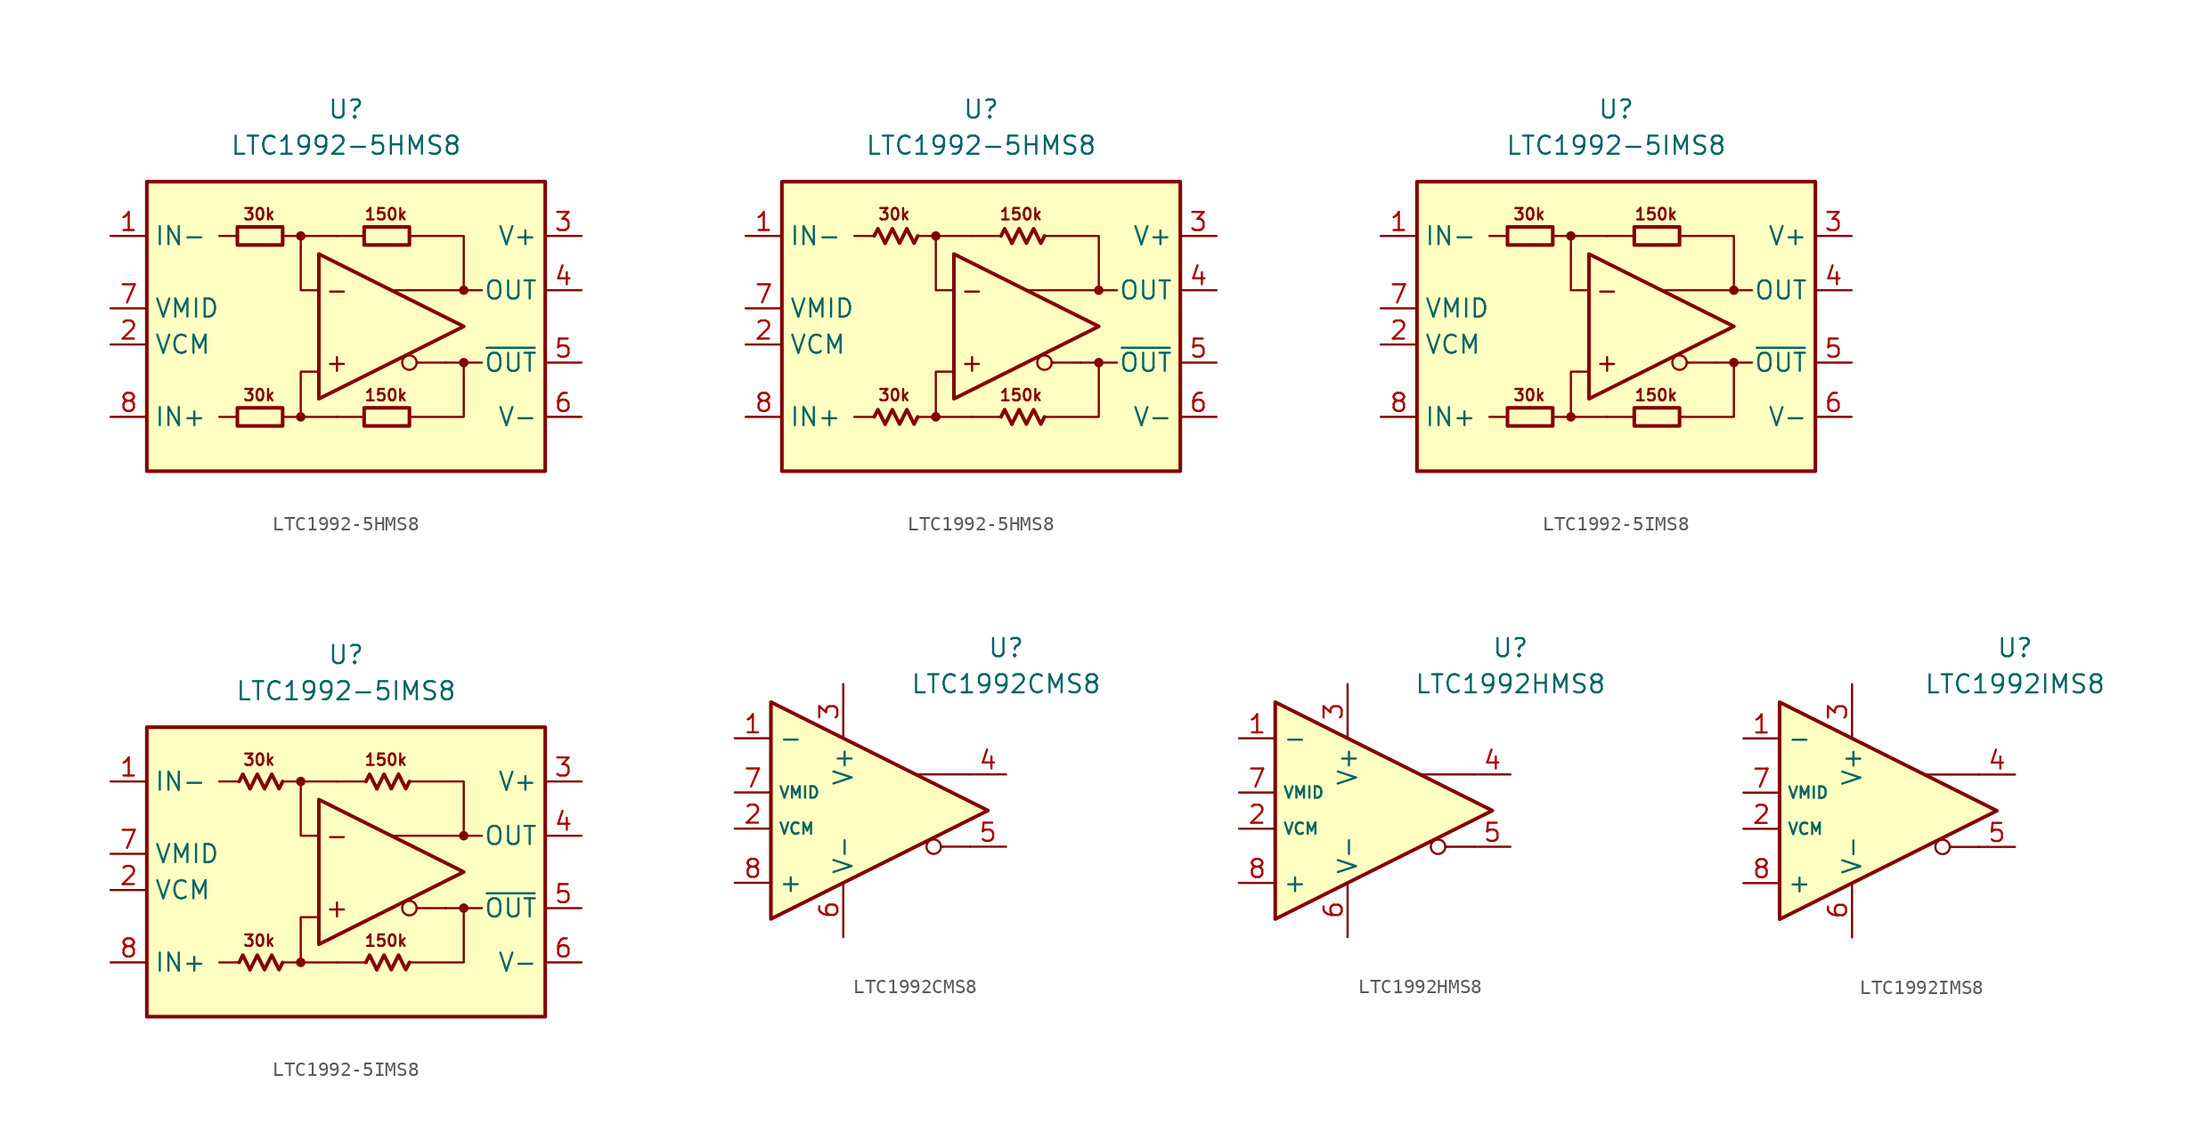
<source format=kicad_sym>
(kicad_symbol_lib
  (version 20231120)
  (generator "kicad_symbol_editor")
  (generator_version "8.0")
  (symbol "LTC1992-5HMS8"
    (property "Reference" "U"
      (at 0 15.24 0)
      (effects (font (size 1.27 1.27))))
    (property "Value" "LTC1992-5HMS8"
      (at 0 12.7 0)
      (effects (font (size 1.27 1.27))))
    (symbol "LTC1992-5HMS8_0_0"
      (rectangle (start -13.97 10.16) (end 13.97 -10.16) (stroke (width 0.254) (type default)) (fill (type background)))
      (circle (center -3.175 -6.35) (radius 0.254) (stroke (width 0.152) (type default)) (fill (type outline)))
      (circle (center -3.175 6.35) (radius 0.254) (stroke (width 0.152) (type default)) (fill (type outline)))
      (polyline (pts (xy -7.62 -6.35) (xy -8.89 -6.35)) (stroke (width 0.152) (type default)) (fill (type none)))
      (polyline (pts (xy -7.62 6.35) (xy -8.89 6.35)) (stroke (width 0.152) (type default)) (fill (type none)))
      (polyline (pts (xy -3.175 6.35) (xy -0.635 6.35)) (stroke (width 0.152) (type default)) (fill (type none)))
      (polyline (pts (xy -0.635 -6.35) (xy -3.175 -6.35)) (stroke (width 0.152) (type default)) (fill (type none)))
      (polyline (pts (xy 1.27 -6.35) (xy -0.635 -6.35)) (stroke (width 0.152) (type default)) (fill (type none)))
      (polyline (pts (xy 1.27 6.35) (xy -0.635 6.35)) (stroke (width 0.152) (type default)) (fill (type none)))
      (polyline (pts (xy 5.08 -2.54) (xy 4.953 -2.54)) (stroke (width 0.152) (type default)) (fill (type none)))
      (polyline (pts (xy 6.985 -2.54) (xy 5.08 -2.54)) (stroke (width 0.152) (type default)) (fill (type none)))
      (polyline (pts (xy 8.255 -2.54) (xy 9.525 -2.54)) (stroke (width 0.152) (type default)) (fill (type none)))
      (polyline (pts (xy 8.255 2.54) (xy 9.525 2.54)) (stroke (width 0.152) (type default)) (fill (type none)))
      (polyline (pts (xy -4.445 -6.35) (xy -3.175 -6.35) (xy -3.175 -3.175) (xy -1.905 -3.175)) (stroke (width 0.152) (type default)) (fill (type none)))
      (polyline (pts (xy -1.905 2.54) (xy -3.175 2.54) (xy -3.175 6.35) (xy -4.445 6.35)) (stroke (width 0.152) (type default)) (fill (type none)))
      (polyline (pts (xy 4.445 6.35) (xy 8.255 6.35) (xy 8.255 2.54) (xy 3.175 2.54)) (stroke (width 0.152) (type default)) (fill (type none)))
      (polyline (pts (xy 6.985 -2.54) (xy 8.255 -2.54) (xy 8.255 -6.35) (xy 4.445 -6.35)) (stroke (width 0.152) (type default)) (fill (type none)))
      (circle (center 4.445 -2.54) (radius 0.508) (stroke (width 0.152) (type default)) (fill (type none)))
      (circle (center 8.255 -2.54) (radius 0.254) (stroke (width 0.152) (type default)) (fill (type outline)))
      (circle (center 8.255 2.54) (radius 0.254) (stroke (width 0.152) (type default)) (fill (type outline)))
      (text "+" (at -0.635 -2.54 0) (effects (font (size 1.27 1.27))))
      (text "-" (at -0.635 2.54 0) (effects (font (size 1.27 1.27)))))
    (symbol "LTC1992-5HMS8_0_1"
      (rectangle (start -7.62 -5.715) (end -4.445 -6.985) (stroke (width 0.254) (type default)) (fill (type none)))
      (rectangle (start -7.62 6.985) (end -4.445 5.715) (stroke (width 0.254) (type default)) (fill (type none)))
      (rectangle (start 1.27 -5.715) (end 4.445 -6.985) (stroke (width 0.254) (type default)) (fill (type none)))
      (rectangle (start 1.27 6.985) (end 4.445 5.715) (stroke (width 0.254) (type default)) (fill (type none))))
    (symbol "LTC1992-5HMS8_0_2"
      (polyline (pts (xy -6.731 -6.858) (xy -7.239 -5.842) (xy -7.493 -6.35)) (stroke (width 0.254) (type default)) (fill (type none)))
      (polyline (pts (xy -6.731 5.842) (xy -7.239 6.858) (xy -7.493 6.35)) (stroke (width 0.254) (type default)) (fill (type none)))
      (polyline (pts (xy 2.159 -6.858) (xy 1.651 -5.842) (xy 1.397 -6.35)) (stroke (width 0.254) (type default)) (fill (type none)))
      (polyline (pts (xy 2.159 5.842) (xy 1.651 6.858) (xy 1.397 6.35)) (stroke (width 0.254) (type default)) (fill (type none)))
      (polyline (pts (xy -4.445 -6.35) (xy -4.699 -6.858) (xy -5.207 -5.842) (xy -5.715 -6.858) (xy -6.223 -5.842) (xy -6.731 -6.858)) (stroke (width 0.254) (type default)) (fill (type none)))
      (polyline (pts (xy -4.445 6.35) (xy -4.699 5.842) (xy -5.207 6.858) (xy -5.715 5.842) (xy -6.223 6.858) (xy -6.731 5.842)) (stroke (width 0.254) (type default)) (fill (type none)))
      (polyline (pts (xy 4.445 -6.35) (xy 4.191 -6.858) (xy 3.683 -5.842) (xy 3.175 -6.858) (xy 2.667 -5.842) (xy 2.159 -6.858)) (stroke (width 0.254) (type default)) (fill (type none)))
      (polyline (pts (xy 4.445 6.35) (xy 4.191 5.842) (xy 3.683 6.858) (xy 3.175 5.842) (xy 2.667 6.858) (xy 2.159 5.842)) (stroke (width 0.254) (type default)) (fill (type none))))
    (symbol "LTC1992-5HMS8_1_0"
      (polyline (pts (xy -1.905 5.08) (xy -1.905 -5.08) (xy 8.255 0) (xy -1.905 5.08)) (stroke (width 0.254) (type default)) (fill (type none)))
      (text "150k" (at 2.794 -4.826 0) (effects (font (size 0.8 0.8))))
      (text "150k" (at 2.794 7.874 0) (effects (font (size 0.8 0.8))))
      (text "30k" (at -6.096 -4.826 0) (effects (font (size 0.8 0.8))))
      (text "30k" (at -6.096 7.874 0) (effects (font (size 0.8 0.8)))))
    (symbol "LTC1992-5HMS8_1_1"
      (pin input line (at -16.51 6.35 0) (length 2.54) (name "IN-" (effects (font (size 1.27 1.27)))) (number "1" (effects (font (size 1.27 1.27)))))
      (pin input line (at -16.51 -1.27 0) (length 2.54) (name "VCM" (effects (font (size 1.27 1.27)))) (number "2" (effects (font (size 1.27 1.27)))))
      (pin power_in line (at 16.51 6.35 180) (length 2.54) (name "V+" (effects (font (size 1.27 1.27)))) (number "3" (effects (font (size 1.27 1.27)))))
      (pin output line (at 16.51 2.54 180) (length 2.54) (name "OUT" (effects (font (size 1.27 1.27)))) (number "4" (effects (font (size 1.27 1.27)))))
      (pin output line (at 16.51 -2.54 180) (length 2.54) (name "~{OUT}" (effects (font (size 1.27 1.27)))) (number "5" (effects (font (size 1.27 1.27)))))
      (pin power_in line (at 16.51 -6.35 180) (length 2.54) (name "V-" (effects (font (size 1.27 1.27)))) (number "6" (effects (font (size 1.27 1.27)))))
      (pin output line (at -16.51 1.27 0) (length 2.54) (name "VMID" (effects (font (size 1.27 1.27)))) (number "7" (effects (font (size 1.27 1.27)))))
      (pin input line (at -16.51 -6.35 0) (length 2.54) (name "IN+" (effects (font (size 1.27 1.27)))) (number "8" (effects (font (size 1.27 1.27))))))
    (symbol "LTC1992-5HMS8_1_2"
      (pin input line (at -16.51 6.35 0) (length 2.54) (name "IN-" (effects (font (size 1.27 1.27)))) (number "1" (effects (font (size 1.27 1.27)))))
      (pin input line (at -16.51 -1.27 0) (length 2.54) (name "VCM" (effects (font (size 1.27 1.27)))) (number "2" (effects (font (size 1.27 1.27)))))
      (pin power_in line (at 16.51 6.35 180) (length 2.54) (name "V+" (effects (font (size 1.27 1.27)))) (number "3" (effects (font (size 1.27 1.27)))))
      (pin output line (at 16.51 2.54 180) (length 2.54) (name "OUT" (effects (font (size 1.27 1.27)))) (number "4" (effects (font (size 1.27 1.27)))))
      (pin output line (at 16.51 -2.54 180) (length 2.54) (name "~{OUT}" (effects (font (size 1.27 1.27)))) (number "5" (effects (font (size 1.27 1.27)))))
      (pin power_in line (at 16.51 -6.35 180) (length 2.54) (name "V-" (effects (font (size 1.27 1.27)))) (number "6" (effects (font (size 1.27 1.27)))))
      (pin output line (at -16.51 1.27 0) (length 2.54) (name "VMID" (effects (font (size 1.27 1.27)))) (number "7" (effects (font (size 1.27 1.27)))))
      (pin input line (at -16.51 -6.35 0) (length 2.54) (name "IN+" (effects (font (size 1.27 1.27)))) (number "8" (effects (font (size 1.27 1.27)))))))
  (symbol "LTC1992-5IMS8"
    (property "Reference" "U"
      (at 0 15.24 0)
      (effects (font (size 1.27 1.27))))
    (property "Value" "LTC1992-5IMS8"
      (at 0 12.7 0)
      (effects (font (size 1.27 1.27))))
    (symbol "LTC1992-5IMS8_0_0"
      (rectangle (start -13.97 10.16) (end 13.97 -10.16) (stroke (width 0.254) (type default)) (fill (type background)))
      (circle (center -3.175 -6.35) (radius 0.254) (stroke (width 0.152) (type default)) (fill (type outline)))
      (circle (center -3.175 6.35) (radius 0.254) (stroke (width 0.152) (type default)) (fill (type outline)))
      (polyline (pts (xy -7.62 -6.35) (xy -8.89 -6.35)) (stroke (width 0.152) (type default)) (fill (type none)))
      (polyline (pts (xy -7.62 6.35) (xy -8.89 6.35)) (stroke (width 0.152) (type default)) (fill (type none)))
      (polyline (pts (xy -3.175 6.35) (xy -0.635 6.35)) (stroke (width 0.152) (type default)) (fill (type none)))
      (polyline (pts (xy -0.635 -6.35) (xy -3.175 -6.35)) (stroke (width 0.152) (type default)) (fill (type none)))
      (polyline (pts (xy 1.27 -6.35) (xy -0.635 -6.35)) (stroke (width 0.152) (type default)) (fill (type none)))
      (polyline (pts (xy 1.27 6.35) (xy -0.635 6.35)) (stroke (width 0.152) (type default)) (fill (type none)))
      (polyline (pts (xy 5.08 -2.54) (xy 4.953 -2.54)) (stroke (width 0.152) (type default)) (fill (type none)))
      (polyline (pts (xy 6.985 -2.54) (xy 5.08 -2.54)) (stroke (width 0.152) (type default)) (fill (type none)))
      (polyline (pts (xy 8.255 -2.54) (xy 9.525 -2.54)) (stroke (width 0.152) (type default)) (fill (type none)))
      (polyline (pts (xy 8.255 2.54) (xy 9.525 2.54)) (stroke (width 0.152) (type default)) (fill (type none)))
      (polyline (pts (xy -4.445 -6.35) (xy -3.175 -6.35) (xy -3.175 -3.175) (xy -1.905 -3.175)) (stroke (width 0.152) (type default)) (fill (type none)))
      (polyline (pts (xy -1.905 2.54) (xy -3.175 2.54) (xy -3.175 6.35) (xy -4.445 6.35)) (stroke (width 0.152) (type default)) (fill (type none)))
      (polyline (pts (xy 4.445 6.35) (xy 8.255 6.35) (xy 8.255 2.54) (xy 3.175 2.54)) (stroke (width 0.152) (type default)) (fill (type none)))
      (polyline (pts (xy 6.985 -2.54) (xy 8.255 -2.54) (xy 8.255 -6.35) (xy 4.445 -6.35)) (stroke (width 0.152) (type default)) (fill (type none)))
      (circle (center 4.445 -2.54) (radius 0.508) (stroke (width 0.152) (type default)) (fill (type none)))
      (circle (center 8.255 -2.54) (radius 0.254) (stroke (width 0.152) (type default)) (fill (type outline)))
      (circle (center 8.255 2.54) (radius 0.254) (stroke (width 0.152) (type default)) (fill (type outline)))
      (text "+" (at -0.635 -2.54 0) (effects (font (size 1.27 1.27))))
      (text "-" (at -0.635 2.54 0) (effects (font (size 1.27 1.27)))))
    (symbol "LTC1992-5IMS8_0_1"
      (rectangle (start -7.62 -5.715) (end -4.445 -6.985) (stroke (width 0.254) (type default)) (fill (type none)))
      (rectangle (start -7.62 6.985) (end -4.445 5.715) (stroke (width 0.254) (type default)) (fill (type none)))
      (rectangle (start 1.27 -5.715) (end 4.445 -6.985) (stroke (width 0.254) (type default)) (fill (type none)))
      (rectangle (start 1.27 6.985) (end 4.445 5.715) (stroke (width 0.254) (type default)) (fill (type none))))
    (symbol "LTC1992-5IMS8_0_2"
      (polyline (pts (xy -6.731 -6.858) (xy -7.239 -5.842) (xy -7.493 -6.35)) (stroke (width 0.254) (type default)) (fill (type none)))
      (polyline (pts (xy -6.731 5.842) (xy -7.239 6.858) (xy -7.493 6.35)) (stroke (width 0.254) (type default)) (fill (type none)))
      (polyline (pts (xy 2.159 -6.858) (xy 1.651 -5.842) (xy 1.397 -6.35)) (stroke (width 0.254) (type default)) (fill (type none)))
      (polyline (pts (xy 2.159 5.842) (xy 1.651 6.858) (xy 1.397 6.35)) (stroke (width 0.254) (type default)) (fill (type none)))
      (polyline (pts (xy -4.445 -6.35) (xy -4.699 -6.858) (xy -5.207 -5.842) (xy -5.715 -6.858) (xy -6.223 -5.842) (xy -6.731 -6.858)) (stroke (width 0.254) (type default)) (fill (type none)))
      (polyline (pts (xy -4.445 6.35) (xy -4.699 5.842) (xy -5.207 6.858) (xy -5.715 5.842) (xy -6.223 6.858) (xy -6.731 5.842)) (stroke (width 0.254) (type default)) (fill (type none)))
      (polyline (pts (xy 4.445 -6.35) (xy 4.191 -6.858) (xy 3.683 -5.842) (xy 3.175 -6.858) (xy 2.667 -5.842) (xy 2.159 -6.858)) (stroke (width 0.254) (type default)) (fill (type none)))
      (polyline (pts (xy 4.445 6.35) (xy 4.191 5.842) (xy 3.683 6.858) (xy 3.175 5.842) (xy 2.667 6.858) (xy 2.159 5.842)) (stroke (width 0.254) (type default)) (fill (type none))))
    (symbol "LTC1992-5IMS8_1_0"
      (polyline (pts (xy -1.905 5.08) (xy -1.905 -5.08) (xy 8.255 0) (xy -1.905 5.08)) (stroke (width 0.254) (type default)) (fill (type none)))
      (text "150k" (at 2.794 -4.826 0) (effects (font (size 0.8 0.8))))
      (text "150k" (at 2.794 7.874 0) (effects (font (size 0.8 0.8))))
      (text "30k" (at -6.096 -4.826 0) (effects (font (size 0.8 0.8))))
      (text "30k" (at -6.096 7.874 0) (effects (font (size 0.8 0.8)))))
    (symbol "LTC1992-5IMS8_1_1"
      (pin input line (at -16.51 6.35 0) (length 2.54) (name "IN-" (effects (font (size 1.27 1.27)))) (number "1" (effects (font (size 1.27 1.27)))))
      (pin input line (at -16.51 -1.27 0) (length 2.54) (name "VCM" (effects (font (size 1.27 1.27)))) (number "2" (effects (font (size 1.27 1.27)))))
      (pin power_in line (at 16.51 6.35 180) (length 2.54) (name "V+" (effects (font (size 1.27 1.27)))) (number "3" (effects (font (size 1.27 1.27)))))
      (pin output line (at 16.51 2.54 180) (length 2.54) (name "OUT" (effects (font (size 1.27 1.27)))) (number "4" (effects (font (size 1.27 1.27)))))
      (pin output line (at 16.51 -2.54 180) (length 2.54) (name "~{OUT}" (effects (font (size 1.27 1.27)))) (number "5" (effects (font (size 1.27 1.27)))))
      (pin power_in line (at 16.51 -6.35 180) (length 2.54) (name "V-" (effects (font (size 1.27 1.27)))) (number "6" (effects (font (size 1.27 1.27)))))
      (pin output line (at -16.51 1.27 0) (length 2.54) (name "VMID" (effects (font (size 1.27 1.27)))) (number "7" (effects (font (size 1.27 1.27)))))
      (pin input line (at -16.51 -6.35 0) (length 2.54) (name "IN+" (effects (font (size 1.27 1.27)))) (number "8" (effects (font (size 1.27 1.27))))))
    (symbol "LTC1992-5IMS8_1_2"
      (pin input line (at -16.51 6.35 0) (length 2.54) (name "IN-" (effects (font (size 1.27 1.27)))) (number "1" (effects (font (size 1.27 1.27)))))
      (pin input line (at -16.51 -1.27 0) (length 2.54) (name "VCM" (effects (font (size 1.27 1.27)))) (number "2" (effects (font (size 1.27 1.27)))))
      (pin power_in line (at 16.51 6.35 180) (length 2.54) (name "V+" (effects (font (size 1.27 1.27)))) (number "3" (effects (font (size 1.27 1.27)))))
      (pin output line (at 16.51 2.54 180) (length 2.54) (name "OUT" (effects (font (size 1.27 1.27)))) (number "4" (effects (font (size 1.27 1.27)))))
      (pin output line (at 16.51 -2.54 180) (length 2.54) (name "~{OUT}" (effects (font (size 1.27 1.27)))) (number "5" (effects (font (size 1.27 1.27)))))
      (pin power_in line (at 16.51 -6.35 180) (length 2.54) (name "V-" (effects (font (size 1.27 1.27)))) (number "6" (effects (font (size 1.27 1.27)))))
      (pin output line (at -16.51 1.27 0) (length 2.54) (name "VMID" (effects (font (size 1.27 1.27)))) (number "7" (effects (font (size 1.27 1.27)))))
      (pin input line (at -16.51 -6.35 0) (length 2.54) (name "IN+" (effects (font (size 1.27 1.27)))) (number "8" (effects (font (size 1.27 1.27)))))))
  (symbol "LTC1992CMS8"
    (property "Reference" "U"
      (at 8.89 11.43 0)
      (effects (font (size 1.27 1.27))))
    (property "Value" "LTC1992CMS8"
      (at 8.89 8.89 0)
      (effects (font (size 1.27 1.27))))
    (symbol "LTC1992CMS8_0_0"
      (polyline (pts (xy 4.445 -2.54) (xy 4.318 -2.54)) (stroke (width 0.152) (type default)) (fill (type none)))
      (polyline (pts (xy 6.35 -2.54) (xy 4.445 -2.54)) (stroke (width 0.152) (type default)) (fill (type none)))
      (polyline (pts (xy 6.35 2.54) (xy 2.54 2.54)) (stroke (width 0.152) (type default)) (fill (type none)))
      (circle (center 3.81 -2.54) (radius 0.508) (stroke (width 0.152) (type default)) (fill (type none))))
    (symbol "LTC1992CMS8_0_1"
      (polyline (pts (xy -7.62 7.62) (xy -7.62 -7.62) (xy 7.62 0) (xy -7.62 7.62)) (stroke (width 0.254) (type default)) (fill (type background))))
    (symbol "LTC1992CMS8_1_1"
      (pin input line (at -10.16 5.08 0) (length 2.54) (name "-" (effects (font (size 1.27 1.27)))) (number "1" (effects (font (size 1.27 1.27)))))
      (pin input line (at -10.16 -1.27 0) (length 2.54) (name "VCM" (effects (font (size 0.8 0.8)))) (number "2" (effects (font (size 1.27 1.27)))))
      (pin power_in line (at -2.54 8.89 270) (length 3.84) (name "V+" (effects (font (size 1.27 1.27)))) (number "3" (effects (font (size 1.27 1.27)))))
      (pin output line (at 8.89 2.54 180) (length 2.54) (name "~" (effects (font (size 1.27 1.27)))) (number "4" (effects (font (size 1.27 1.27)))))
      (pin output line (at 8.89 -2.54 180) (length 2.54) (name "~" (effects (font (size 1.27 1.27)))) (number "5" (effects (font (size 1.27 1.27)))))
      (pin power_in line (at -2.54 -8.89 90) (length 3.84) (name "V-" (effects (font (size 1.27 1.27)))) (number "6" (effects (font (size 1.27 1.27)))))
      (pin output line (at -10.16 1.27 0) (length 2.54) (name "VMID" (effects (font (size 0.8 0.8)))) (number "7" (effects (font (size 1.27 1.27)))))
      (pin input line (at -10.16 -5.08 0) (length 2.54) (name "+" (effects (font (size 1.27 1.27)))) (number "8" (effects (font (size 1.27 1.27)))))))
  (symbol "LTC1992HMS8"
    (property "Reference" "U"
      (at 8.89 11.43 0)
      (effects (font (size 1.27 1.27))))
    (property "Value" "LTC1992HMS8"
      (at 8.89 8.89 0)
      (effects (font (size 1.27 1.27))))
    (symbol "LTC1992HMS8_0_0"
      (polyline (pts (xy 4.445 -2.54) (xy 4.318 -2.54)) (stroke (width 0.152) (type default)) (fill (type none)))
      (polyline (pts (xy 6.35 -2.54) (xy 4.445 -2.54)) (stroke (width 0.152) (type default)) (fill (type none)))
      (polyline (pts (xy 6.35 2.54) (xy 2.54 2.54)) (stroke (width 0.152) (type default)) (fill (type none)))
      (circle (center 3.81 -2.54) (radius 0.508) (stroke (width 0.152) (type default)) (fill (type none))))
    (symbol "LTC1992HMS8_0_1"
      (polyline (pts (xy -7.62 7.62) (xy -7.62 -7.62) (xy 7.62 0) (xy -7.62 7.62)) (stroke (width 0.254) (type default)) (fill (type background))))
    (symbol "LTC1992HMS8_1_1"
      (pin input line (at -10.16 5.08 0) (length 2.54) (name "-" (effects (font (size 1.27 1.27)))) (number "1" (effects (font (size 1.27 1.27)))))
      (pin input line (at -10.16 -1.27 0) (length 2.54) (name "VCM" (effects (font (size 0.8 0.8)))) (number "2" (effects (font (size 1.27 1.27)))))
      (pin power_in line (at -2.54 8.89 270) (length 3.84) (name "V+" (effects (font (size 1.27 1.27)))) (number "3" (effects (font (size 1.27 1.27)))))
      (pin output line (at 8.89 2.54 180) (length 2.54) (name "~" (effects (font (size 1.27 1.27)))) (number "4" (effects (font (size 1.27 1.27)))))
      (pin output line (at 8.89 -2.54 180) (length 2.54) (name "~" (effects (font (size 1.27 1.27)))) (number "5" (effects (font (size 1.27 1.27)))))
      (pin power_in line (at -2.54 -8.89 90) (length 3.84) (name "V-" (effects (font (size 1.27 1.27)))) (number "6" (effects (font (size 1.27 1.27)))))
      (pin output line (at -10.16 1.27 0) (length 2.54) (name "VMID" (effects (font (size 0.8 0.8)))) (number "7" (effects (font (size 1.27 1.27)))))
      (pin input line (at -10.16 -5.08 0) (length 2.54) (name "+" (effects (font (size 1.27 1.27)))) (number "8" (effects (font (size 1.27 1.27)))))))
  (symbol "LTC1992IMS8"
    (property "Reference" "U"
      (at 8.89 11.43 0)
      (effects (font (size 1.27 1.27))))
    (property "Value" "LTC1992IMS8"
      (at 8.89 8.89 0)
      (effects (font (size 1.27 1.27))))
    (symbol "LTC1992IMS8_0_0"
      (polyline (pts (xy 4.445 -2.54) (xy 4.318 -2.54)) (stroke (width 0.152) (type default)) (fill (type none)))
      (polyline (pts (xy 6.35 -2.54) (xy 4.445 -2.54)) (stroke (width 0.152) (type default)) (fill (type none)))
      (polyline (pts (xy 6.35 2.54) (xy 2.54 2.54)) (stroke (width 0.152) (type default)) (fill (type none)))
      (circle (center 3.81 -2.54) (radius 0.508) (stroke (width 0.152) (type default)) (fill (type none))))
    (symbol "LTC1992IMS8_0_1"
      (polyline (pts (xy -7.62 7.62) (xy -7.62 -7.62) (xy 7.62 0) (xy -7.62 7.62)) (stroke (width 0.254) (type default)) (fill (type background))))
    (symbol "LTC1992IMS8_1_1"
      (pin input line (at -10.16 5.08 0) (length 2.54) (name "-" (effects (font (size 1.27 1.27)))) (number "1" (effects (font (size 1.27 1.27)))))
      (pin input line (at -10.16 -1.27 0) (length 2.54) (name "VCM" (effects (font (size 0.8 0.8)))) (number "2" (effects (font (size 1.27 1.27)))))
      (pin power_in line (at -2.54 8.89 270) (length 3.84) (name "V+" (effects (font (size 1.27 1.27)))) (number "3" (effects (font (size 1.27 1.27)))))
      (pin output line (at 8.89 2.54 180) (length 2.54) (name "~" (effects (font (size 1.27 1.27)))) (number "4" (effects (font (size 1.27 1.27)))))
      (pin output line (at 8.89 -2.54 180) (length 2.54) (name "~" (effects (font (size 1.27 1.27)))) (number "5" (effects (font (size 1.27 1.27)))))
      (pin power_in line (at -2.54 -8.89 90) (length 3.84) (name "V-" (effects (font (size 1.27 1.27)))) (number "6" (effects (font (size 1.27 1.27)))))
      (pin output line (at -10.16 1.27 0) (length 2.54) (name "VMID" (effects (font (size 0.8 0.8)))) (number "7" (effects (font (size 1.27 1.27)))))
      (pin input line (at -10.16 -5.08 0) (length 2.54) (name "+" (effects (font (size 1.27 1.27)))) (number "8" (effects (font (size 1.27 1.27))))))))
</source>
